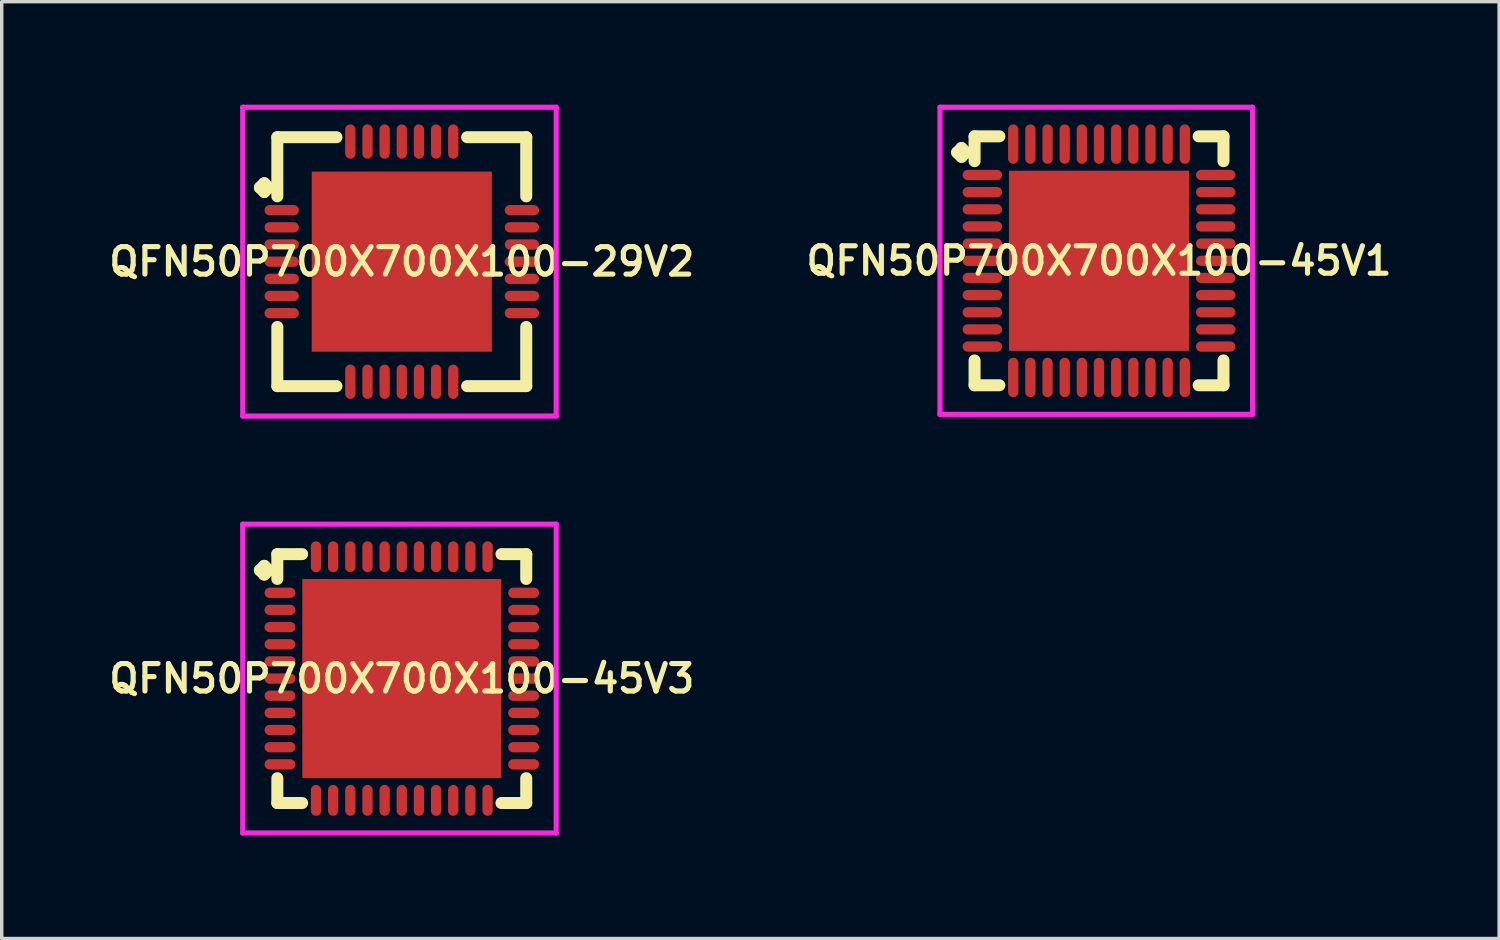
<source format=kicad_pcb>
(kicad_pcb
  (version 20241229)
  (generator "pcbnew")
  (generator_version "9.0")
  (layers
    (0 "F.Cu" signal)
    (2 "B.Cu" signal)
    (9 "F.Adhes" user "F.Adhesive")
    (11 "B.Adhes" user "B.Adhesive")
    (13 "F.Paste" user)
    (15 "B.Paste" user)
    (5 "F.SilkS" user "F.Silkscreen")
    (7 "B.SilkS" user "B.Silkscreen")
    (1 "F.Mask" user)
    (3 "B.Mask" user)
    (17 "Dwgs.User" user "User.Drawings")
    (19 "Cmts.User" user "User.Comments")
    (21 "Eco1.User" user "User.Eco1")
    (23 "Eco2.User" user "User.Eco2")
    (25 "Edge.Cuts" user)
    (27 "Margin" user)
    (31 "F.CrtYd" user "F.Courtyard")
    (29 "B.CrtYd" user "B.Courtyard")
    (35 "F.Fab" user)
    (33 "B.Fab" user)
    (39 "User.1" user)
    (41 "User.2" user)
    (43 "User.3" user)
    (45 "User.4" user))
  (footprint "QFN50P700X700X100-45V1"
    (layer "F.Cu")
    (at 28.978 4.55)
    (property "Reference" "QFN50P700X700X100-45V1" (at 0 0 0) (layer "F.SilkS") (effects (font (size 0.8 0.8) (thickness 0.15))))
    (attr smd)
    (fp_line (start -4.135 -3.158) (end -4.008 -3.285) (stroke (width 0.35) (type solid)) (layer "F.SilkS"))
    (fp_line (start -4.008 -3.285) (end -3.881 -3.158) (stroke (width 0.35) (type solid)) (layer "F.SilkS"))
    (fp_line (start -4.008 -3.031) (end -4.135 -3.158) (stroke (width 0.35) (type solid)) (layer "F.SilkS"))
    (fp_line (start -3.881 -3.158) (end -4.008 -3.031) (stroke (width 0.35) (type solid)) (layer "F.SilkS"))
    (fp_line (start -3.627 -3.627) (end -2.904 -3.627) (stroke (width 0.35) (type solid)) (layer "F.SilkS"))
    (fp_line (start -3.627 -2.904) (end -3.627 -3.627) (stroke (width 0.35) (type solid)) (layer "F.SilkS"))
    (fp_line (start -3.627 2.904) (end -3.627 3.627) (stroke (width 0.35) (type solid)) (layer "F.SilkS"))
    (fp_line (start -3.627 3.627) (end -2.904 3.627) (stroke (width 0.35) (type solid)) (layer "F.SilkS"))
    (fp_line (start 2.904 -3.627) (end 3.627 -3.627) (stroke (width 0.35) (type solid)) (layer "F.SilkS"))
    (fp_line (start 2.904 3.627) (end 3.627 3.627) (stroke (width 0.35) (type solid)) (layer "F.SilkS"))
    (fp_line (start 3.627 -3.627) (end 3.627 -2.904) (stroke (width 0.35) (type solid)) (layer "F.SilkS"))
    (fp_line (start 3.627 3.627) (end 3.627 2.904) (stroke (width 0.35) (type solid)) (layer "F.SilkS"))
    (fp_line (start -4.635 -4.475) (end 4.475 -4.475) (stroke (width 0.15) (type solid)) (layer "F.CrtYd"))
    (fp_line (start -4.635 4.475) (end -4.635 -4.475) (stroke (width 0.15) (type solid)) (layer "F.CrtYd"))
    (fp_line (start 4.475 -4.475) (end 4.475 4.475) (stroke (width 0.15) (type solid)) (layer "F.CrtYd"))
    (fp_line (start 4.475 4.475) (end -4.635 4.475) (stroke (width 0.15) (type solid)) (layer "F.CrtYd"))
    (pad "1" smd oval (at -3.4 -2.5) (size 1.15 0.3) (layers "F.Cu" "F.Mask" "F.Paste"))
    (pad "2" smd oval (at -3.4 -2) (size 1.15 0.3) (layers "F.Cu" "F.Mask" "F.Paste"))
    (pad "3" smd oval (at -3.4 -1.5) (size 1.15 0.3) (layers "F.Cu" "F.Mask" "F.Paste"))
    (pad "4" smd oval (at -3.4 -1) (size 1.15 0.3) (layers "F.Cu" "F.Mask" "F.Paste"))
    (pad "5" smd oval (at -3.4 -0.5) (size 1.15 0.3) (layers "F.Cu" "F.Mask" "F.Paste"))
    (pad "6" smd oval (at -3.4 0) (size 1.15 0.3) (layers "F.Cu" "F.Mask" "F.Paste"))
    (pad "7" smd oval (at -3.4 0.5) (size 1.15 0.3) (layers "F.Cu" "F.Mask" "F.Paste"))
    (pad "8" smd oval (at -3.4 1) (size 1.15 0.3) (layers "F.Cu" "F.Mask" "F.Paste"))
    (pad "9" smd oval (at -3.4 1.5) (size 1.15 0.3) (layers "F.Cu" "F.Mask" "F.Paste"))
    (pad "10" smd oval (at -3.4 2) (size 1.15 0.3) (layers "F.Cu" "F.Mask" "F.Paste"))
    (pad "11" smd oval (at -3.4 2.5) (size 1.15 0.3) (layers "F.Cu" "F.Mask" "F.Paste"))
    (pad "12" smd oval (at -2.5 3.4) (size 0.3 1.15) (layers "F.Cu" "F.Mask" "F.Paste"))
    (pad "13" smd oval (at -2 3.4) (size 0.3 1.15) (layers "F.Cu" "F.Mask" "F.Paste"))
    (pad "14" smd oval (at -1.5 3.4) (size 0.3 1.15) (layers "F.Cu" "F.Mask" "F.Paste"))
    (pad "15" smd oval (at -1 3.4) (size 0.3 1.15) (layers "F.Cu" "F.Mask" "F.Paste"))
    (pad "16" smd oval (at -0.5 3.4) (size 0.3 1.15) (layers "F.Cu" "F.Mask" "F.Paste"))
    (pad "17" smd oval (at 0 3.4) (size 0.3 1.15) (layers "F.Cu" "F.Mask" "F.Paste"))
    (pad "18" smd oval (at 0.5 3.4) (size 0.3 1.15) (layers "F.Cu" "F.Mask" "F.Paste"))
    (pad "19" smd oval (at 1 3.4) (size 0.3 1.15) (layers "F.Cu" "F.Mask" "F.Paste"))
    (pad "20" smd oval (at 1.5 3.4) (size 0.3 1.15) (layers "F.Cu" "F.Mask" "F.Paste"))
    (pad "21" smd oval (at 2 3.4) (size 0.3 1.15) (layers "F.Cu" "F.Mask" "F.Paste"))
    (pad "22" smd oval (at 2.5 3.4) (size 0.3 1.15) (layers "F.Cu" "F.Mask" "F.Paste"))
    (pad "23" smd oval (at 3.4 2.5) (size 1.15 0.3) (layers "F.Cu" "F.Mask" "F.Paste"))
    (pad "24" smd oval (at 3.4 2) (size 1.15 0.3) (layers "F.Cu" "F.Mask" "F.Paste"))
    (pad "25" smd oval (at 3.4 1.5) (size 1.15 0.3) (layers "F.Cu" "F.Mask" "F.Paste"))
    (pad "26" smd oval (at 3.4 1) (size 1.15 0.3) (layers "F.Cu" "F.Mask" "F.Paste"))
    (pad "27" smd oval (at 3.4 0.5) (size 1.15 0.3) (layers "F.Cu" "F.Mask" "F.Paste"))
    (pad "28" smd oval (at 3.4 0) (size 1.15 0.3) (layers "F.Cu" "F.Mask" "F.Paste"))
    (pad "29" smd oval (at 3.4 -0.5) (size 1.15 0.3) (layers "F.Cu" "F.Mask" "F.Paste"))
    (pad "30" smd oval (at 3.4 -1) (size 1.15 0.3) (layers "F.Cu" "F.Mask" "F.Paste"))
    (pad "31" smd oval (at 3.4 -1.5) (size 1.15 0.3) (layers "F.Cu" "F.Mask" "F.Paste"))
    (pad "32" smd oval (at 3.4 -2) (size 1.15 0.3) (layers "F.Cu" "F.Mask" "F.Paste"))
    (pad "33" smd oval (at 3.4 -2.5) (size 1.15 0.3) (layers "F.Cu" "F.Mask" "F.Paste"))
    (pad "34" smd oval (at 2.5 -3.4) (size 0.3 1.15) (layers "F.Cu" "F.Mask" "F.Paste"))
    (pad "35" smd oval (at 2 -3.4) (size 0.3 1.15) (layers "F.Cu" "F.Mask" "F.Paste"))
    (pad "36" smd oval (at 1.5 -3.4) (size 0.3 1.15) (layers "F.Cu" "F.Mask" "F.Paste"))
    (pad "37" smd oval (at 1 -3.4) (size 0.3 1.15) (layers "F.Cu" "F.Mask" "F.Paste"))
    (pad "38" smd oval (at 0.5 -3.4) (size 0.3 1.15) (layers "F.Cu" "F.Mask" "F.Paste"))
    (pad "39" smd oval (at 0 -3.4) (size 0.3 1.15) (layers "F.Cu" "F.Mask" "F.Paste"))
    (pad "40" smd oval (at -0.5 -3.4) (size 0.3 1.15) (layers "F.Cu" "F.Mask" "F.Paste"))
    (pad "41" smd oval (at -1 -3.4) (size 0.3 1.15) (layers "F.Cu" "F.Mask" "F.Paste"))
    (pad "42" smd oval (at -1.5 -3.4) (size 0.3 1.15) (layers "F.Cu" "F.Mask" "F.Paste"))
    (pad "43" smd oval (at -2 -3.4) (size 0.3 1.15) (layers "F.Cu" "F.Mask" "F.Paste"))
    (pad "44" smd oval (at -2.5 -3.4) (size 0.3 1.15) (layers "F.Cu" "F.Mask" "F.Paste"))
    (pad "45" smd rect (at 0 0) (size 5.25 5.25) (layers "F.Cu" "F.Mask" "F.Paste")))
  (footprint "QFN50P700X700X100-29V2"
    (layer "F.Cu")
    (at 8.659 4.575)
    (property "Reference" "QFN50P700X700X100-29V2" (at 0 0 0) (layer "F.SilkS") (effects (font (size 0.8 0.8) (thickness 0.15))))
    (attr smd)
    (fp_line (start -4.135 -2.158) (end -4.008 -2.285) (stroke (width 0.35) (type solid)) (layer "F.SilkS"))
    (fp_line (start -4.008 -2.285) (end -3.881 -2.158) (stroke (width 0.35) (type solid)) (layer "F.SilkS"))
    (fp_line (start -4.008 -2.031) (end -4.135 -2.158) (stroke (width 0.35) (type solid)) (layer "F.SilkS"))
    (fp_line (start -3.881 -2.158) (end -4.008 -2.031) (stroke (width 0.35) (type solid)) (layer "F.SilkS"))
    (fp_line (start -3.627 -3.627) (end -1.904 -3.627) (stroke (width 0.35) (type solid)) (layer "F.SilkS"))
    (fp_line (start -3.627 -1.904) (end -3.627 -3.627) (stroke (width 0.35) (type solid)) (layer "F.SilkS"))
    (fp_line (start -3.627 1.904) (end -3.627 3.627) (stroke (width 0.35) (type solid)) (layer "F.SilkS"))
    (fp_line (start -3.627 3.627) (end -1.904 3.627) (stroke (width 0.35) (type solid)) (layer "F.SilkS"))
    (fp_line (start 1.904 -3.627) (end 3.627 -3.627) (stroke (width 0.35) (type solid)) (layer "F.SilkS"))
    (fp_line (start 1.904 3.627) (end 3.627 3.627) (stroke (width 0.35) (type solid)) (layer "F.SilkS"))
    (fp_line (start 3.627 -3.627) (end 3.627 -1.904) (stroke (width 0.35) (type solid)) (layer "F.SilkS"))
    (fp_line (start 3.627 3.627) (end 3.627 1.904) (stroke (width 0.35) (type solid)) (layer "F.SilkS"))
    (fp_line (start -4.635 -4.5) (end 4.5 -4.5) (stroke (width 0.15) (type solid)) (layer "F.CrtYd"))
    (fp_line (start -4.635 4.5) (end -4.635 -4.5) (stroke (width 0.15) (type solid)) (layer "F.CrtYd"))
    (fp_line (start 4.5 -4.5) (end 4.5 4.5) (stroke (width 0.15) (type solid)) (layer "F.CrtYd"))
    (fp_line (start 4.5 4.5) (end -4.635 4.5) (stroke (width 0.15) (type solid)) (layer "F.CrtYd"))
    (pad "1" smd oval (at -3.5 -1.5) (size 1 0.3) (layers "F.Cu" "F.Mask" "F.Paste"))
    (pad "2" smd oval (at -3.5 -1) (size 1 0.3) (layers "F.Cu" "F.Mask" "F.Paste"))
    (pad "3" smd oval (at -3.5 -0.5) (size 1 0.3) (layers "F.Cu" "F.Mask" "F.Paste"))
    (pad "4" smd oval (at -3.5 0) (size 1 0.3) (layers "F.Cu" "F.Mask" "F.Paste"))
    (pad "5" smd oval (at -3.5 0.5) (size 1 0.3) (layers "F.Cu" "F.Mask" "F.Paste"))
    (pad "6" smd oval (at -3.5 1) (size 1 0.3) (layers "F.Cu" "F.Mask" "F.Paste"))
    (pad "7" smd oval (at -3.5 1.5) (size 1 0.3) (layers "F.Cu" "F.Mask" "F.Paste"))
    (pad "8" smd oval (at -1.5 3.5) (size 0.3 1) (layers "F.Cu" "F.Mask" "F.Paste"))
    (pad "9" smd oval (at -1 3.5) (size 0.3 1) (layers "F.Cu" "F.Mask" "F.Paste"))
    (pad "10" smd oval (at -0.5 3.5) (size 0.3 1) (layers "F.Cu" "F.Mask" "F.Paste"))
    (pad "11" smd oval (at 0 3.5) (size 0.3 1) (layers "F.Cu" "F.Mask" "F.Paste"))
    (pad "12" smd oval (at 0.5 3.5) (size 0.3 1) (layers "F.Cu" "F.Mask" "F.Paste"))
    (pad "13" smd oval (at 1 3.5) (size 0.3 1) (layers "F.Cu" "F.Mask" "F.Paste"))
    (pad "14" smd oval (at 1.5 3.5) (size 0.3 1) (layers "F.Cu" "F.Mask" "F.Paste"))
    (pad "15" smd oval (at 3.5 1.5) (size 1 0.3) (layers "F.Cu" "F.Mask" "F.Paste"))
    (pad "16" smd oval (at 3.5 1) (size 1 0.3) (layers "F.Cu" "F.Mask" "F.Paste"))
    (pad "17" smd oval (at 3.5 0.5) (size 1 0.3) (layers "F.Cu" "F.Mask" "F.Paste"))
    (pad "18" smd oval (at 3.5 0) (size 1 0.3) (layers "F.Cu" "F.Mask" "F.Paste"))
    (pad "19" smd oval (at 3.5 -0.5) (size 1 0.3) (layers "F.Cu" "F.Mask" "F.Paste"))
    (pad "20" smd oval (at 3.5 -1) (size 1 0.3) (layers "F.Cu" "F.Mask" "F.Paste"))
    (pad "21" smd oval (at 3.5 -1.5) (size 1 0.3) (layers "F.Cu" "F.Mask" "F.Paste"))
    (pad "22" smd oval (at 1.5 -3.5) (size 0.3 1) (layers "F.Cu" "F.Mask" "F.Paste"))
    (pad "23" smd oval (at 1 -3.5) (size 0.3 1) (layers "F.Cu" "F.Mask" "F.Paste"))
    (pad "24" smd oval (at 0.5 -3.5) (size 0.3 1) (layers "F.Cu" "F.Mask" "F.Paste"))
    (pad "25" smd oval (at 0 -3.5) (size 0.3 1) (layers "F.Cu" "F.Mask" "F.Paste"))
    (pad "26" smd oval (at -0.5 -3.5) (size 0.3 1) (layers "F.Cu" "F.Mask" "F.Paste"))
    (pad "27" smd oval (at -1 -3.5) (size 0.3 1) (layers "F.Cu" "F.Mask" "F.Paste"))
    (pad "28" smd oval (at -1.5 -3.5) (size 0.3 1) (layers "F.Cu" "F.Mask" "F.Paste"))
    (pad "29" smd rect (at 0 0) (size 5.25 5.25) (layers "F.Cu" "F.Mask" "F.Paste")))
  (footprint "QFN50P700X700X100-45V3"
    (layer "F.Cu")
    (at 8.659 16.725)
    (property "Reference" "QFN50P700X700X100-45V3" (at 0 0 0) (layer "F.SilkS") (effects (font (size 0.8 0.8) (thickness 0.15))))
    (attr smd)
    (fp_line (start -4.135 -3.158) (end -4.008 -3.285) (stroke (width 0.35) (type solid)) (layer "F.SilkS"))
    (fp_line (start -4.008 -3.285) (end -3.881 -3.158) (stroke (width 0.35) (type solid)) (layer "F.SilkS"))
    (fp_line (start -4.008 -3.031) (end -4.135 -3.158) (stroke (width 0.35) (type solid)) (layer "F.SilkS"))
    (fp_line (start -3.881 -3.158) (end -4.008 -3.031) (stroke (width 0.35) (type solid)) (layer "F.SilkS"))
    (fp_line (start -3.627 -3.627) (end -2.904 -3.627) (stroke (width 0.35) (type solid)) (layer "F.SilkS"))
    (fp_line (start -3.627 -2.904) (end -3.627 -3.627) (stroke (width 0.35) (type solid)) (layer "F.SilkS"))
    (fp_line (start -3.627 2.904) (end -3.627 3.627) (stroke (width 0.35) (type solid)) (layer "F.SilkS"))
    (fp_line (start -3.627 3.627) (end -2.904 3.627) (stroke (width 0.35) (type solid)) (layer "F.SilkS"))
    (fp_line (start 2.904 -3.627) (end 3.627 -3.627) (stroke (width 0.35) (type solid)) (layer "F.SilkS"))
    (fp_line (start 2.904 3.627) (end 3.627 3.627) (stroke (width 0.35) (type solid)) (layer "F.SilkS"))
    (fp_line (start 3.627 -3.627) (end 3.627 -2.904) (stroke (width 0.35) (type solid)) (layer "F.SilkS"))
    (fp_line (start 3.627 3.627) (end 3.627 2.904) (stroke (width 0.35) (type solid)) (layer "F.SilkS"))
    (fp_line (start -4.635 -4.5) (end 4.5 -4.5) (stroke (width 0.15) (type solid)) (layer "F.CrtYd"))
    (fp_line (start -4.635 4.5) (end -4.635 -4.5) (stroke (width 0.15) (type solid)) (layer "F.CrtYd"))
    (fp_line (start 4.5 -4.5) (end 4.5 4.5) (stroke (width 0.15) (type solid)) (layer "F.CrtYd"))
    (fp_line (start 4.5 4.5) (end -4.635 4.5) (stroke (width 0.15) (type solid)) (layer "F.CrtYd"))
    (pad "1" smd oval (at -3.55 -2.5) (size 0.9 0.3) (layers "F.Cu" "F.Mask" "F.Paste"))
    (pad "2" smd oval (at -3.55 -2) (size 0.9 0.3) (layers "F.Cu" "F.Mask" "F.Paste"))
    (pad "3" smd oval (at -3.55 -1.5) (size 0.9 0.3) (layers "F.Cu" "F.Mask" "F.Paste"))
    (pad "4" smd oval (at -3.55 -1) (size 0.9 0.3) (layers "F.Cu" "F.Mask" "F.Paste"))
    (pad "5" smd oval (at -3.55 -0.5) (size 0.9 0.3) (layers "F.Cu" "F.Mask" "F.Paste"))
    (pad "6" smd oval (at -3.55 0) (size 0.9 0.3) (layers "F.Cu" "F.Mask" "F.Paste"))
    (pad "7" smd oval (at -3.55 0.5) (size 0.9 0.3) (layers "F.Cu" "F.Mask" "F.Paste"))
    (pad "8" smd oval (at -3.55 1) (size 0.9 0.3) (layers "F.Cu" "F.Mask" "F.Paste"))
    (pad "9" smd oval (at -3.55 1.5) (size 0.9 0.3) (layers "F.Cu" "F.Mask" "F.Paste"))
    (pad "10" smd oval (at -3.55 2) (size 0.9 0.3) (layers "F.Cu" "F.Mask" "F.Paste"))
    (pad "11" smd oval (at -3.55 2.5) (size 0.9 0.3) (layers "F.Cu" "F.Mask" "F.Paste"))
    (pad "12" smd oval (at -2.5 3.55) (size 0.3 0.9) (layers "F.Cu" "F.Mask" "F.Paste"))
    (pad "13" smd oval (at -2 3.55) (size 0.3 0.9) (layers "F.Cu" "F.Mask" "F.Paste"))
    (pad "14" smd oval (at -1.5 3.55) (size 0.3 0.9) (layers "F.Cu" "F.Mask" "F.Paste"))
    (pad "15" smd oval (at -1 3.55) (size 0.3 0.9) (layers "F.Cu" "F.Mask" "F.Paste"))
    (pad "16" smd oval (at -0.5 3.55) (size 0.3 0.9) (layers "F.Cu" "F.Mask" "F.Paste"))
    (pad "17" smd oval (at 0 3.55) (size 0.3 0.9) (layers "F.Cu" "F.Mask" "F.Paste"))
    (pad "18" smd oval (at 0.5 3.55) (size 0.3 0.9) (layers "F.Cu" "F.Mask" "F.Paste"))
    (pad "19" smd oval (at 1 3.55) (size 0.3 0.9) (layers "F.Cu" "F.Mask" "F.Paste"))
    (pad "20" smd oval (at 1.5 3.55) (size 0.3 0.9) (layers "F.Cu" "F.Mask" "F.Paste"))
    (pad "21" smd oval (at 2 3.55) (size 0.3 0.9) (layers "F.Cu" "F.Mask" "F.Paste"))
    (pad "22" smd oval (at 2.5 3.55) (size 0.3 0.9) (layers "F.Cu" "F.Mask" "F.Paste"))
    (pad "23" smd oval (at 3.55 2.5) (size 0.9 0.3) (layers "F.Cu" "F.Mask" "F.Paste"))
    (pad "24" smd oval (at 3.55 2) (size 0.9 0.3) (layers "F.Cu" "F.Mask" "F.Paste"))
    (pad "25" smd oval (at 3.55 1.5) (size 0.9 0.3) (layers "F.Cu" "F.Mask" "F.Paste"))
    (pad "26" smd oval (at 3.55 1) (size 0.9 0.3) (layers "F.Cu" "F.Mask" "F.Paste"))
    (pad "27" smd oval (at 3.55 0.5) (size 0.9 0.3) (layers "F.Cu" "F.Mask" "F.Paste"))
    (pad "28" smd oval (at 3.55 0) (size 0.9 0.3) (layers "F.Cu" "F.Mask" "F.Paste"))
    (pad "29" smd oval (at 3.55 -0.5) (size 0.9 0.3) (layers "F.Cu" "F.Mask" "F.Paste"))
    (pad "30" smd oval (at 3.55 -1) (size 0.9 0.3) (layers "F.Cu" "F.Mask" "F.Paste"))
    (pad "31" smd oval (at 3.55 -1.5) (size 0.9 0.3) (layers "F.Cu" "F.Mask" "F.Paste"))
    (pad "32" smd oval (at 3.55 -2) (size 0.9 0.3) (layers "F.Cu" "F.Mask" "F.Paste"))
    (pad "33" smd oval (at 3.55 -2.5) (size 0.9 0.3) (layers "F.Cu" "F.Mask" "F.Paste"))
    (pad "34" smd oval (at 2.5 -3.55) (size 0.3 0.9) (layers "F.Cu" "F.Mask" "F.Paste"))
    (pad "35" smd oval (at 2 -3.55) (size 0.3 0.9) (layers "F.Cu" "F.Mask" "F.Paste"))
    (pad "36" smd oval (at 1.5 -3.55) (size 0.3 0.9) (layers "F.Cu" "F.Mask" "F.Paste"))
    (pad "37" smd oval (at 1 -3.55) (size 0.3 0.9) (layers "F.Cu" "F.Mask" "F.Paste"))
    (pad "38" smd oval (at 0.5 -3.55) (size 0.3 0.9) (layers "F.Cu" "F.Mask" "F.Paste"))
    (pad "39" smd oval (at 0 -3.55) (size 0.3 0.9) (layers "F.Cu" "F.Mask" "F.Paste"))
    (pad "40" smd oval (at -0.5 -3.55) (size 0.3 0.9) (layers "F.Cu" "F.Mask" "F.Paste"))
    (pad "41" smd oval (at -1 -3.55) (size 0.3 0.9) (layers "F.Cu" "F.Mask" "F.Paste"))
    (pad "42" smd oval (at -1.5 -3.55) (size 0.3 0.9) (layers "F.Cu" "F.Mask" "F.Paste"))
    (pad "43" smd oval (at -2 -3.55) (size 0.3 0.9) (layers "F.Cu" "F.Mask" "F.Paste"))
    (pad "44" smd oval (at -2.5 -3.55) (size 0.3 0.9) (layers "F.Cu" "F.Mask" "F.Paste"))
    (pad "45" smd rect (at 0 0) (size 5.8 5.8) (layers "F.Cu" "F.Mask" "F.Paste")))
  (gr_rect
    (start -3 -3)
    (end 40.637 24.3)
    (stroke (width 0.1) (type default))
    (fill no)
    (layer "Edge.Cuts")))
</source>
